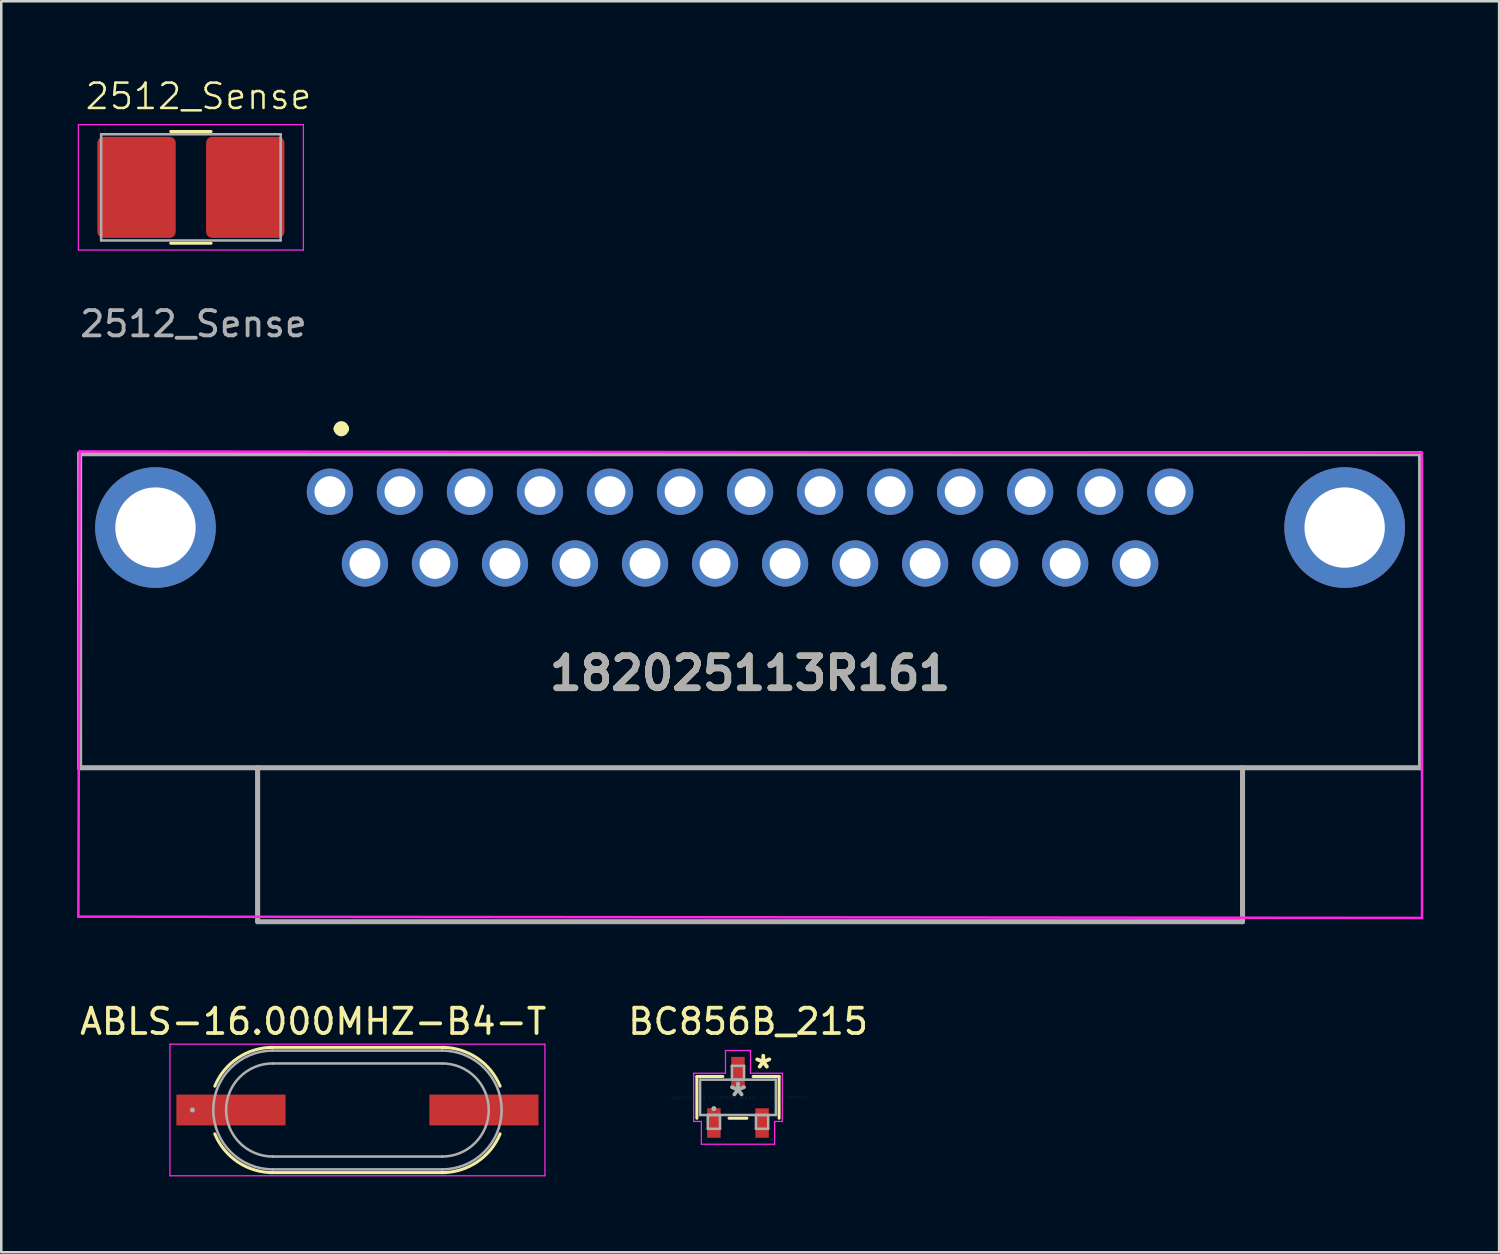
<source format=kicad_pcb>
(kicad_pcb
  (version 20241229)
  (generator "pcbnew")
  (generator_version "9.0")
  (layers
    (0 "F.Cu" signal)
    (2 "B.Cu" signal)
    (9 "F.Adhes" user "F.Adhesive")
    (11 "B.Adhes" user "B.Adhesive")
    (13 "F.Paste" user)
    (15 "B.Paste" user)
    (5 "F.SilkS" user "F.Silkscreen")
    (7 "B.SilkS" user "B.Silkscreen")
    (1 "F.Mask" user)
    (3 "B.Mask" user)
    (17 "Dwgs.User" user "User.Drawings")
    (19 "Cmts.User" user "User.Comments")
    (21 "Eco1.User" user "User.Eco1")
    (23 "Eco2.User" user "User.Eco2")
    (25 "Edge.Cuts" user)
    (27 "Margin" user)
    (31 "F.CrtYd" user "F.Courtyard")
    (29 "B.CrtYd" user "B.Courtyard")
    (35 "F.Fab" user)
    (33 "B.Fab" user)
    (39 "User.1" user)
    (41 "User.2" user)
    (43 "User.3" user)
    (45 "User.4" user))
  (footprint "2512_Sense"
    (layer "F.Cu")
    (at 4.501 4.361)
    (property "Reference" "2512_Sense" (at 0.3 -3.6 0) (unlocked yes) (layer "F.SilkS") (effects (font (size 1 1) (thickness 0.1))))
    (attr smd)
    (fp_line (start -0.797 -2.21) (end 0.797 -2.21) (stroke (width 0.12) (type solid)) (layer "F.SilkS"))
    (fp_line (start -0.797 2.21) (end 0.797 2.21) (stroke (width 0.12) (type solid)) (layer "F.SilkS"))
    (fp_line (start -4.45 -2.48) (end 4.45 -2.48) (stroke (width 0.05) (type solid)) (layer "F.CrtYd"))
    (fp_line (start -4.45 2.48) (end -4.45 -2.48) (stroke (width 0.05) (type solid)) (layer "F.CrtYd"))
    (fp_line (start 4.45 -2.48) (end 4.45 2.48) (stroke (width 0.05) (type solid)) (layer "F.CrtYd"))
    (fp_line (start 4.45 2.48) (end -4.45 2.48) (stroke (width 0.05) (type solid)) (layer "F.CrtYd"))
    (fp_line (start -3.55 -2.1) (end 3.55 -2.1) (stroke (width 0.1) (type solid)) (layer "F.Fab"))
    (fp_line (start -3.55 2.1) (end -3.55 -2.1) (stroke (width 0.1) (type solid)) (layer "F.Fab"))
    (fp_line (start 3.55 -2.1) (end 3.55 2.1) (stroke (width 0.1) (type solid)) (layer "F.Fab"))
    (fp_line (start 3.55 2.1) (end -3.55 2.1) (stroke (width 0.1) (type solid)) (layer "F.Fab"))
    (fp_text user "${REFERENCE}" (at 0.1 5.4 0) (unlocked yes) (layer "F.Fab") (effects (font (size 1 1) (thickness 0.15))))
    (pad "1" smd roundrect (at -2.15 0) (size 3.1 4) (layers "F.Cu" "F.Mask" "F.Paste") (roundrect_rratio 0.078))
    (pad "2" smd roundrect (at 2.15 0) (size 3.1 4) (layers "F.Cu" "F.Mask" "F.Paste") (roundrect_rratio 0.078)))
  (footprint "182025113R161"
    (layer "F.Cu")
    (at 10 16.309)
    (property "Reference" "182025113R161" (at 16.62 7.275 0) (layer "F.SilkS") (effects (font (size 1.27 1.27) (thickness 0.254))))
    (attr through_hole)
    (fp_line (start -9.9 -1.41) (end -9.9 11.01) (stroke (width 0.1) (type solid)) (layer "F.SilkS"))
    (fp_line (start -9.9 11.01) (end 43.14 11.01) (stroke (width 0.1) (type solid)) (layer "F.SilkS"))
    (fp_line (start -2.88 17.1) (end -2.88 11.1) (stroke (width 0.1) (type solid)) (layer "F.SilkS"))
    (fp_line (start 0.3 -2.4) (end 0.3 -2.4) (stroke (width 0.3) (type solid)) (layer "F.SilkS"))
    (fp_line (start 0.6 -2.4) (end 0.6 -2.4) (stroke (width 0.3) (type solid)) (layer "F.SilkS"))
    (fp_line (start 36.1 11.1) (end 36.1 17.1) (stroke (width 0.1) (type solid)) (layer "F.SilkS"))
    (fp_line (start 36.1 17.1) (end -2.88 17.1) (stroke (width 0.1) (type solid)) (layer "F.SilkS"))
    (fp_line (start 43.14 -1.41) (end -9.9 -1.41) (stroke (width 0.1) (type solid)) (layer "F.SilkS"))
    (fp_line (start 43.14 11.01) (end 43.14 -1.41) (stroke (width 0.1) (type solid)) (layer "F.SilkS"))
    (fp_arc (start 0.3 -2.4) (mid 0.45 -2.55) (end 0.6 -2.4) (stroke (width 0.3) (type solid)) (layer "F.SilkS"))
    (fp_arc (start 0.6 -2.4) (mid 0.45 -2.25) (end 0.3 -2.4) (stroke (width 0.3) (type solid)) (layer "F.SilkS"))
    (fp_line (start -9.95 16.9) (end 43.2 16.95) (stroke (width 0.1) (type solid)) (layer "F.CrtYd"))
    (fp_line (start -9.9 -1.5) (end -9.95 16.9) (stroke (width 0.1) (type solid)) (layer "F.CrtYd"))
    (fp_line (start 43.2 -1.45) (end -9.9 -1.5) (stroke (width 0.1) (type solid)) (layer "F.CrtYd"))
    (fp_line (start 43.2 16.95) (end 43.2 -1.45) (stroke (width 0.1) (type solid)) (layer "F.CrtYd"))
    (fp_line (start -9.9 -1.41) (end -9.9 11.01) (stroke (width 0.2) (type solid)) (layer "F.Fab"))
    (fp_line (start -9.9 11.01) (end 43.14 11.01) (stroke (width 0.2) (type solid)) (layer "F.Fab"))
    (fp_line (start -2.86 17.1) (end -2.86 11.01) (stroke (width 0.2) (type solid)) (layer "F.Fab"))
    (fp_line (start 36.1 11.01) (end 36.1 17.1) (stroke (width 0.2) (type solid)) (layer "F.Fab"))
    (fp_line (start 36.1 17.1) (end -2.86 17.1) (stroke (width 0.2) (type solid)) (layer "F.Fab"))
    (fp_line (start 43.14 -1.41) (end -9.9 -1.41) (stroke (width 0.2) (type solid)) (layer "F.Fab"))
    (fp_line (start 43.14 11.01) (end 43.14 -1.41) (stroke (width 0.2) (type solid)) (layer "F.Fab"))
    (fp_text user "${REFERENCE}" (at 16.62 7.275 0) (layer "F.Fab") (effects (font (size 1.27 1.27) (thickness 0.254))))
    (pad "0" thru_hole circle (at -6.9 1.51) (size 4.77 4.77) (drill 3.18) (layers "*.Cu" "*.Mask"))
    (pad "0" thru_hole circle (at 40.14 1.51) (size 4.77 4.77) (drill 3.18) (layers "*.Cu" "*.Mask"))
    (pad "1" thru_hole circle (at 0 0.09) (size 1.83 1.83) (drill 1.22) (layers "*.Cu" "*.Mask"))
    (pad "2" thru_hole circle (at 2.77 0.09) (size 1.83 1.83) (drill 1.22) (layers "*.Cu" "*.Mask"))
    (pad "3" thru_hole circle (at 5.54 0.09) (size 1.83 1.83) (drill 1.22) (layers "*.Cu" "*.Mask"))
    (pad "4" thru_hole circle (at 8.31 0.09) (size 1.83 1.83) (drill 1.22) (layers "*.Cu" "*.Mask"))
    (pad "5" thru_hole circle (at 11.08 0.09) (size 1.83 1.83) (drill 1.22) (layers "*.Cu" "*.Mask"))
    (pad "6" thru_hole circle (at 13.85 0.09) (size 1.83 1.83) (drill 1.22) (layers "*.Cu" "*.Mask"))
    (pad "7" thru_hole circle (at 16.62 0.09) (size 1.83 1.83) (drill 1.22) (layers "*.Cu" "*.Mask"))
    (pad "8" thru_hole circle (at 19.39 0.09) (size 1.83 1.83) (drill 1.22) (layers "*.Cu" "*.Mask"))
    (pad "9" thru_hole circle (at 22.16 0.09) (size 1.83 1.83) (drill 1.22) (layers "*.Cu" "*.Mask"))
    (pad "10" thru_hole circle (at 24.93 0.09) (size 1.83 1.83) (drill 1.22) (layers "*.Cu" "*.Mask"))
    (pad "11" thru_hole circle (at 27.7 0.09) (size 1.83 1.83) (drill 1.22) (layers "*.Cu" "*.Mask"))
    (pad "12" thru_hole circle (at 30.47 0.09) (size 1.83 1.83) (drill 1.22) (layers "*.Cu" "*.Mask"))
    (pad "13" thru_hole circle (at 33.24 0.09) (size 1.83 1.83) (drill 1.22) (layers "*.Cu" "*.Mask"))
    (pad "14" thru_hole circle (at 1.385 2.93) (size 1.83 1.83) (drill 1.22) (layers "*.Cu" "*.Mask"))
    (pad "15" thru_hole circle (at 4.155 2.93) (size 1.83 1.83) (drill 1.22) (layers "*.Cu" "*.Mask"))
    (pad "16" thru_hole circle (at 6.925 2.93) (size 1.83 1.83) (drill 1.22) (layers "*.Cu" "*.Mask"))
    (pad "17" thru_hole circle (at 9.695 2.93) (size 1.83 1.83) (drill 1.22) (layers "*.Cu" "*.Mask"))
    (pad "18" thru_hole circle (at 12.465 2.93) (size 1.83 1.83) (drill 1.22) (layers "*.Cu" "*.Mask"))
    (pad "19" thru_hole circle (at 15.235 2.93) (size 1.83 1.83) (drill 1.22) (layers "*.Cu" "*.Mask"))
    (pad "20" thru_hole circle (at 18.005 2.93) (size 1.83 1.83) (drill 1.22) (layers "*.Cu" "*.Mask"))
    (pad "21" thru_hole circle (at 20.775 2.93) (size 1.83 1.83) (drill 1.22) (layers "*.Cu" "*.Mask"))
    (pad "22" thru_hole circle (at 23.545 2.93) (size 1.83 1.83) (drill 1.22) (layers "*.Cu" "*.Mask"))
    (pad "23" thru_hole circle (at 26.315 2.93) (size 1.83 1.83) (drill 1.22) (layers "*.Cu" "*.Mask"))
    (pad "24" thru_hole circle (at 29.085 2.93) (size 1.83 1.83) (drill 1.22) (layers "*.Cu" "*.Mask"))
    (pad "25" thru_hole circle (at 31.855 2.93) (size 1.83 1.83) (drill 1.22) (layers "*.Cu" "*.Mask")))
  (footprint "BC856B_215"
    (layer "F.Cu")
    (at 26.142 40.357)
    (property "Reference" "BC856B_215" (at 0.4 -3 0) (layer "F.SilkS") (effects (font (size 1 1) (thickness 0.15))))
    (attr smd)
    (fp_line (start -1.626 -0.826) (end -1.626 0.826) (stroke (width 0.12) (type solid)) (layer "F.SilkS"))
    (fp_line (start -0.599 -0.826) (end -1.626 -0.826) (stroke (width 0.12) (type solid)) (layer "F.SilkS"))
    (fp_line (start -0.353 0.826) (end 0.353 0.826) (stroke (width 0.12) (type solid)) (layer "F.SilkS"))
    (fp_line (start 1.626 -0.826) (end 0.599 -0.826) (stroke (width 0.12) (type solid)) (layer "F.SilkS"))
    (fp_line (start 1.626 0.826) (end 1.626 -0.826) (stroke (width 0.12) (type solid)) (layer "F.SilkS"))
    (fp_line (start -1.753 -0.953) (end -0.495 -0.953) (stroke (width 0.05) (type solid)) (layer "F.CrtYd"))
    (fp_line (start -1.753 0.953) (end -1.753 -0.953) (stroke (width 0.05) (type solid)) (layer "F.CrtYd"))
    (fp_line (start -1.448 0.953) (end -1.753 0.953) (stroke (width 0.05) (type solid)) (layer "F.CrtYd"))
    (fp_line (start -1.448 1.854) (end -1.448 0.953) (stroke (width 0.05) (type solid)) (layer "F.CrtYd"))
    (fp_line (start -0.495 -1.854) (end 0.495 -1.854) (stroke (width 0.05) (type solid)) (layer "F.CrtYd"))
    (fp_line (start -0.495 -0.953) (end -0.495 -1.854) (stroke (width 0.05) (type solid)) (layer "F.CrtYd"))
    (fp_line (start 0.495 -1.854) (end 0.495 -0.953) (stroke (width 0.05) (type solid)) (layer "F.CrtYd"))
    (fp_line (start 0.495 -0.953) (end 1.753 -0.953) (stroke (width 0.05) (type solid)) (layer "F.CrtYd"))
    (fp_line (start 1.448 0.953) (end 1.448 1.854) (stroke (width 0.05) (type solid)) (layer "F.CrtYd"))
    (fp_line (start 1.448 1.854) (end -1.448 1.854) (stroke (width 0.05) (type solid)) (layer "F.CrtYd"))
    (fp_line (start 1.753 -0.953) (end 1.753 0.953) (stroke (width 0.05) (type solid)) (layer "F.CrtYd"))
    (fp_line (start 1.753 0.953) (end 1.448 0.953) (stroke (width 0.05) (type solid)) (layer "F.CrtYd"))
    (fp_line (start -1.499 -0.699) (end -1.499 0.699) (stroke (width 0.1) (type solid)) (layer "F.Fab"))
    (fp_line (start -1.499 0.699) (end 1.499 0.699) (stroke (width 0.1) (type solid)) (layer "F.Fab"))
    (fp_line (start -1.194 0.699) (end -1.194 1.245) (stroke (width 0.1) (type solid)) (layer "F.Fab"))
    (fp_line (start -1.194 1.245) (end -0.711 1.245) (stroke (width 0.1) (type solid)) (layer "F.Fab"))
    (fp_line (start -0.711 0.699) (end -1.194 0.699) (stroke (width 0.1) (type solid)) (layer "F.Fab"))
    (fp_line (start -0.711 1.245) (end -0.711 0.699) (stroke (width 0.1) (type solid)) (layer "F.Fab"))
    (fp_line (start -0.241 -1.245) (end -0.241 -0.699) (stroke (width 0.1) (type solid)) (layer "F.Fab"))
    (fp_line (start -0.241 -0.699) (end 0.241 -0.699) (stroke (width 0.1) (type solid)) (layer "F.Fab"))
    (fp_line (start 0.241 -1.245) (end -0.241 -1.245) (stroke (width 0.1) (type solid)) (layer "F.Fab"))
    (fp_line (start 0.241 -0.699) (end 0.241 -1.245) (stroke (width 0.1) (type solid)) (layer "F.Fab"))
    (fp_line (start 0.711 0.699) (end 0.711 1.245) (stroke (width 0.1) (type solid)) (layer "F.Fab"))
    (fp_line (start 0.711 1.245) (end 1.194 1.245) (stroke (width 0.1) (type solid)) (layer "F.Fab"))
    (fp_line (start 1.194 0.699) (end 0.711 0.699) (stroke (width 0.1) (type solid)) (layer "F.Fab"))
    (fp_line (start 1.194 1.245) (end 1.194 0.699) (stroke (width 0.1) (type solid)) (layer "F.Fab"))
    (fp_line (start 1.499 -0.699) (end -1.499 -0.699) (stroke (width 0.1) (type solid)) (layer "F.Fab"))
    (fp_line (start 1.499 0.699) (end 1.499 -0.699) (stroke (width 0.1) (type solid)) (layer "F.Fab"))
    (fp_circle (center -0.953 0.445) (end -0.953 0.445) (stroke (width 0.1) (type solid)) (fill no) (layer "F.Fab"))
    (fp_text user "*" (at 1 -1.1 0) (layer "F.SilkS") (effects (font (size 1 1) (thickness 0.15))))
    (fp_text user "Copyright 2021 Accelerated Designs. All rights reserved." (at 0 0 0) (layer "Cmts.User") (effects (font (size 0.127 0.127) (thickness 0.002))))
    (fp_text user "*" (at 0 0 0) (layer "F.Fab") (effects (font (size 1 1) (thickness 0.15))))
    (pad "1" smd rect (at -0.953 1.016) (size 0.533 1.168) (layers "F.Cu" "F.Mask" "F.Paste"))
    (pad "2" smd rect (at 0.953 1.016) (size 0.533 1.168) (layers "F.Cu" "F.Mask" "F.Paste"))
    (pad "3" smd rect (at 0 -1.016) (size 0.533 1.168) (layers "F.Cu" "F.Mask" "F.Paste")))
  (footprint "ABLS-16.000MHZ-B4-T"
    (layer "F.Cu")
    (at 11.089 40.857)
    (property "Reference" "ABLS-16.000MHZ-B4-T" (at -1.75 -3.5 0) (layer "F.SilkS") (effects (font (size 1 1) (thickness 0.15))))
    (attr smd)
    (fp_line (start -3.48 -2.477) (end 3.48 -2.477) (stroke (width 0.12) (type solid)) (layer "F.SilkS"))
    (fp_line (start 3.48 2.477) (end -3.48 2.477) (stroke (width 0.12) (type solid)) (layer "F.SilkS"))
    (fp_arc (start -5.643007 -0.94234) (mid -4.731087 -2.057518) (end -3.3528 -2.4765) (stroke (width 0.12) (type solid)) (layer "F.SilkS"))
    (fp_arc (start -3.352803 2.4765) (mid -4.731089 2.057516) (end -5.643008 0.942338) (stroke (width 0.12) (type solid)) (layer "F.SilkS"))
    (fp_arc (start 3.3528 -2.4765) (mid 4.731086 -2.057518) (end 5.643007 -0.94234) (stroke (width 0.12) (type solid)) (layer "F.SilkS"))
    (fp_arc (start 5.643007 0.94234) (mid 4.731087 2.057518) (end 3.3528 2.4765) (stroke (width 0.12) (type solid)) (layer "F.SilkS"))
    (fp_line (start -7.417 -2.603) (end 7.417 -2.603) (stroke (width 0.05) (type solid)) (layer "F.CrtYd"))
    (fp_line (start -7.417 2.603) (end -7.417 -2.603) (stroke (width 0.05) (type solid)) (layer "F.CrtYd"))
    (fp_line (start 7.417 -2.603) (end 7.417 2.603) (stroke (width 0.05) (type solid)) (layer "F.CrtYd"))
    (fp_line (start 7.417 2.603) (end -7.417 2.603) (stroke (width 0.05) (type solid)) (layer "F.CrtYd"))
    (fp_line (start -3.353 -2.349) (end 3.353 -2.349) (stroke (width 0.1) (type solid)) (layer "F.Fab"))
    (fp_line (start -3.353 -1.841) (end 3.353 -1.841) (stroke (width 0.1) (type solid)) (layer "F.Fab"))
    (fp_line (start 3.353 1.841) (end -3.353 1.841) (stroke (width 0.1) (type solid)) (layer "F.Fab"))
    (fp_line (start 3.353 2.349) (end -3.353 2.349) (stroke (width 0.1) (type solid)) (layer "F.Fab"))
    (fp_arc (start -3.3528 1.8415) (mid -5.1943 0) (end -3.3528 -1.8415) (stroke (width 0.1) (type solid)) (layer "F.Fab"))
    (fp_arc (start -3.3528 2.3495) (mid -5.7023 0) (end -3.3528 -2.3495) (stroke (width 0.1) (type solid)) (layer "F.Fab"))
    (fp_arc (start 3.3528 -2.3495) (mid 5.7023 0) (end 3.3528 2.3495) (stroke (width 0.1) (type solid)) (layer "F.Fab"))
    (fp_arc (start 3.3528 -1.8415) (mid 5.1943 0) (end 3.3528 1.8415) (stroke (width 0.1) (type solid)) (layer "F.Fab"))
    (fp_circle (center -6.528 0) (end -6.528 0) (stroke (width 0.1) (type solid)) (fill no) (layer "F.Fab"))
    (pad "1" smd rect (at -5.004 0 90) (size 1.219 4.318) (layers "F.Cu" "F.Mask" "F.Paste"))
    (pad "2" smd rect (at 5.004 0 90) (size 1.219 4.318) (layers "F.Cu" "F.Mask" "F.Paste")))
  (gr_rect
    (start -3 -3)
    (end 56.25 46.486)
    (stroke (width 0.1) (type default))
    (fill no)
    (layer "Edge.Cuts")))
</source>
